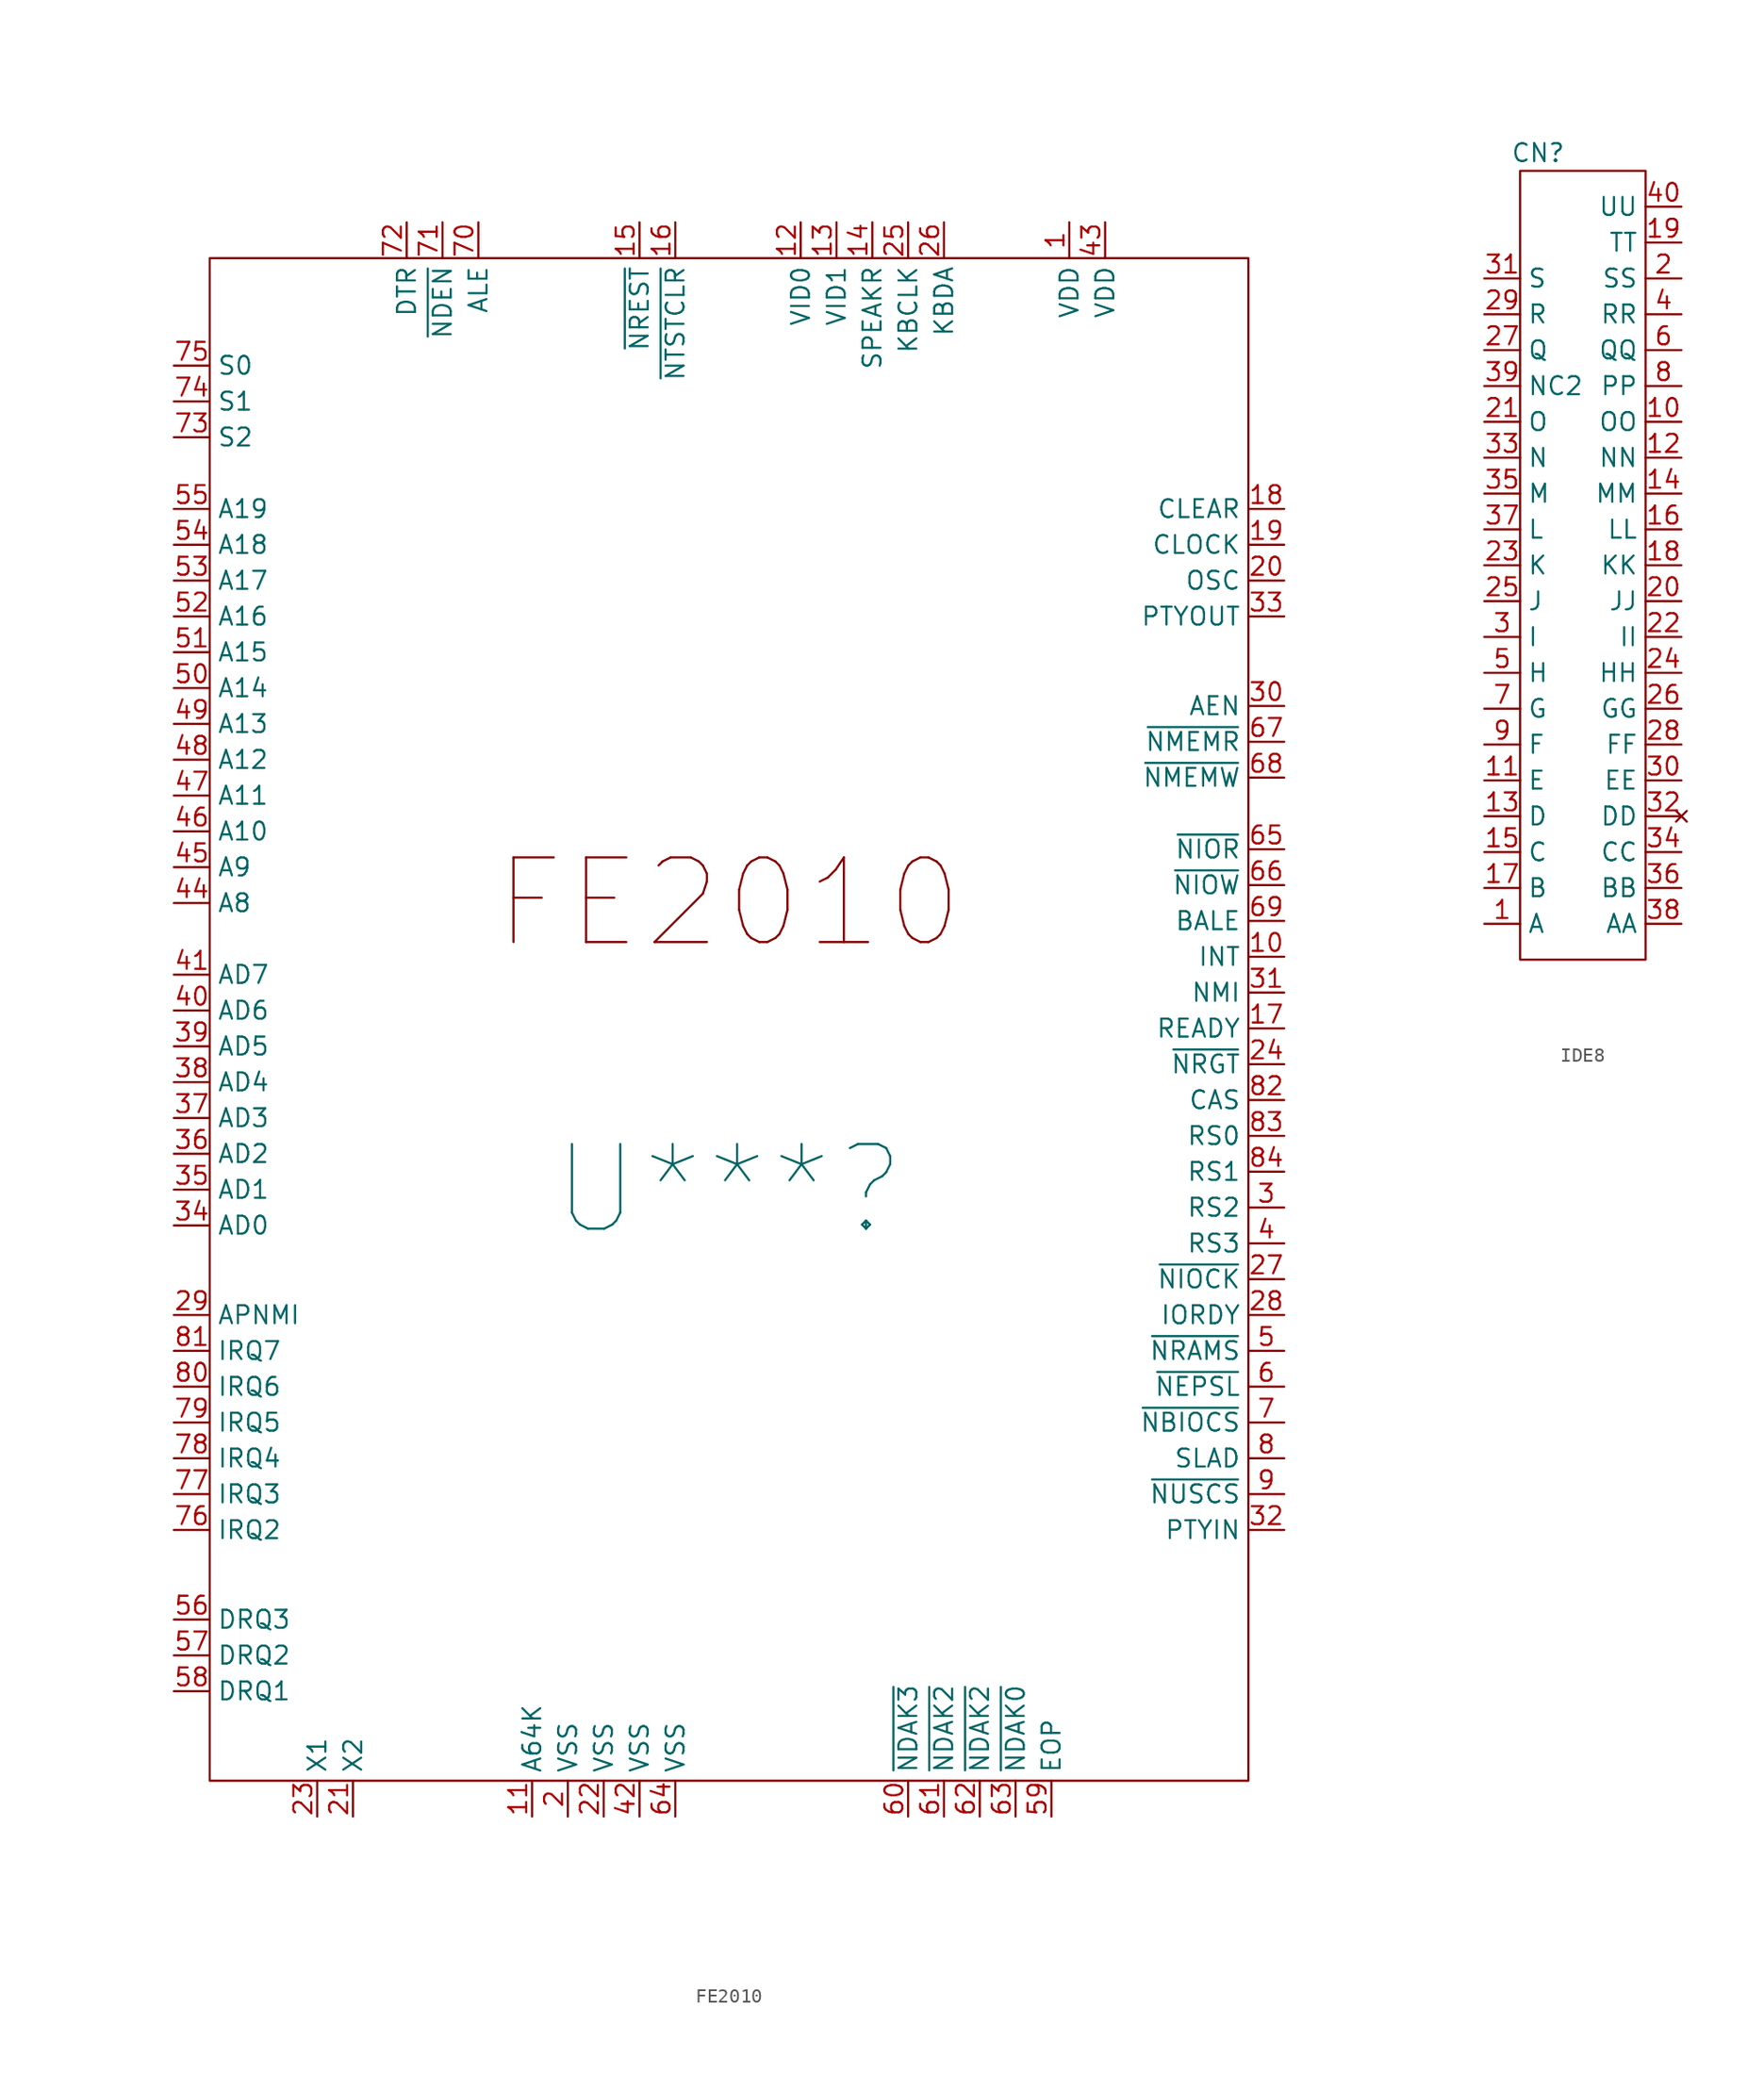
<source format=kicad_sym>
(kicad_symbol_lib
  (version 20220914)
  (generator kicad_symbol_editor)
  (symbol "FE2010"
    (property "Reference" "U***"
      (at 0 -12.7 0)
      (effects (font (size 6 6))))
    (property "Value" ""
      (at -5.08 55.88 90)
      (effects (font (size 1.27 1.27))))
    (symbol "FE2010_0_0"
      (pin power_in line (at 24.13 55.88 270) (length 2.54) (name "VDD" (effects (font (size 1.27 1.27)))) (number "1" (effects (font (size 1.27 1.27)))))
      (pin output line (at 39.37 3.81 180) (length 2.54) (name "INT" (effects (font (size 1.27 1.27)))) (number "10" (effects (font (size 1.27 1.27)))))
      (pin input line (at -13.97 -57.15 90) (length 2.54) (name "A64K" (effects (font (size 1.27 1.27)))) (number "11" (effects (font (size 1.27 1.27)))))
      (pin input line (at 5.08 55.88 270) (length 2.54) (name "VID0" (effects (font (size 1.27 1.27)))) (number "12" (effects (font (size 1.27 1.27)))))
      (pin input line (at 7.62 55.88 270) (length 2.54) (name "VID1" (effects (font (size 1.27 1.27)))) (number "13" (effects (font (size 1.27 1.27)))))
      (pin output line (at 10.16 55.88 270) (length 2.54) (name "SPEAKR" (effects (font (size 1.27 1.27)))) (number "14" (effects (font (size 1.27 1.27)))))
      (pin input line (at -6.35 55.88 270) (length 2.54) (name "~{NREST}" (effects (font (size 1.27 1.27)))) (number "15" (effects (font (size 1.27 1.27)))))
      (pin output line (at 39.37 -1.27 180) (length 2.54) (name "READY" (effects (font (size 1.27 1.27)))) (number "17" (effects (font (size 1.27 1.27)))))
      (pin output line (at 39.37 35.56 180) (length 2.54) (name "CLEAR" (effects (font (size 1.27 1.27)))) (number "18" (effects (font (size 1.27 1.27)))))
      (pin output line (at 39.37 33.02 180) (length 2.54) (name "CLOCK" (effects (font (size 1.27 1.27)))) (number "19" (effects (font (size 1.27 1.27)))))
      (pin power_in line (at -11.43 -57.15 90) (length 2.54) (name "VSS" (effects (font (size 1.27 1.27)))) (number "2" (effects (font (size 1.27 1.27)))))
      (pin output line (at 39.37 30.48 180) (length 2.54) (name "OSC" (effects (font (size 1.27 1.27)))) (number "20" (effects (font (size 1.27 1.27)))))
      (pin output line (at -26.67 -57.15 90) (length 2.54) (name "X2" (effects (font (size 1.27 1.27)))) (number "21" (effects (font (size 1.27 1.27)))))
      (pin power_in line (at -8.89 -57.15 90) (length 2.54) (name "VSS" (effects (font (size 1.27 1.27)))) (number "22" (effects (font (size 1.27 1.27)))))
      (pin input line (at -29.21 -57.15 90) (length 2.54) (name "X1" (effects (font (size 1.27 1.27)))) (number "23" (effects (font (size 1.27 1.27)))))
      (pin bidirectional line (at 39.37 -3.81 180) (length 2.54) (name "~{NRGT}" (effects (font (size 1.27 1.27)))) (number "24" (effects (font (size 1.27 1.27)))))
      (pin bidirectional line (at 12.7 55.88 270) (length 2.54) (name "KBCLK" (effects (font (size 1.27 1.27)))) (number "25" (effects (font (size 1.27 1.27)))))
      (pin bidirectional line (at 15.24 55.88 270) (length 2.54) (name "KBDA" (effects (font (size 1.27 1.27)))) (number "26" (effects (font (size 1.27 1.27)))))
      (pin input line (at 39.37 -19.05 180) (length 2.54) (name "~{NIOCK}" (effects (font (size 1.27 1.27)))) (number "27" (effects (font (size 1.27 1.27)))))
      (pin input line (at 39.37 -21.59 180) (length 2.54) (name "IORDY" (effects (font (size 1.27 1.27)))) (number "28" (effects (font (size 1.27 1.27)))))
      (pin input line (at -39.37 -21.59 0) (length 2.54) (name "APNMI" (effects (font (size 1.27 1.27)))) (number "29" (effects (font (size 1.27 1.27)))))
      (pin output line (at 39.37 -13.97 180) (length 2.54) (name "RS2" (effects (font (size 1.27 1.27)))) (number "3" (effects (font (size 1.27 1.27)))))
      (pin output line (at 39.37 21.59 180) (length 2.54) (name "AEN" (effects (font (size 1.27 1.27)))) (number "30" (effects (font (size 1.27 1.27)))))
      (pin output line (at 39.37 1.27 180) (length 2.54) (name "NMI" (effects (font (size 1.27 1.27)))) (number "31" (effects (font (size 1.27 1.27)))))
      (pin input line (at 39.37 -36.83 180) (length 2.54) (name "PTYIN" (effects (font (size 1.27 1.27)))) (number "32" (effects (font (size 1.27 1.27)))))
      (pin output line (at 39.37 27.94 180) (length 2.54) (name "PTYOUT" (effects (font (size 1.27 1.27)))) (number "33" (effects (font (size 1.27 1.27)))))
      (pin bidirectional line (at -39.37 -15.24 0) (length 2.54) (name "AD0" (effects (font (size 1.27 1.27)))) (number "34" (effects (font (size 1.27 1.27)))))
      (pin bidirectional line (at -39.37 -12.7 0) (length 2.54) (name "AD1" (effects (font (size 1.27 1.27)))) (number "35" (effects (font (size 1.27 1.27)))))
      (pin bidirectional line (at -39.37 -10.16 0) (length 2.54) (name "AD2" (effects (font (size 1.27 1.27)))) (number "36" (effects (font (size 1.27 1.27)))))
      (pin bidirectional line (at -39.37 -7.62 0) (length 2.54) (name "AD3" (effects (font (size 1.27 1.27)))) (number "37" (effects (font (size 1.27 1.27)))))
      (pin bidirectional line (at -39.37 -5.08 0) (length 2.54) (name "AD4" (effects (font (size 1.27 1.27)))) (number "38" (effects (font (size 1.27 1.27)))))
      (pin bidirectional line (at -39.37 -2.54 0) (length 2.54) (name "AD5" (effects (font (size 1.27 1.27)))) (number "39" (effects (font (size 1.27 1.27)))))
      (pin output line (at 39.37 -16.51 180) (length 2.54) (name "RS3" (effects (font (size 1.27 1.27)))) (number "4" (effects (font (size 1.27 1.27)))))
      (pin bidirectional line (at -39.37 0 0) (length 2.54) (name "AD6" (effects (font (size 1.27 1.27)))) (number "40" (effects (font (size 1.27 1.27)))))
      (pin bidirectional line (at -39.37 2.54 0) (length 2.54) (name "AD7" (effects (font (size 1.27 1.27)))) (number "41" (effects (font (size 1.27 1.27)))))
      (pin power_in line (at -6.35 -57.15 90) (length 2.54) (name "VSS" (effects (font (size 1.27 1.27)))) (number "42" (effects (font (size 1.27 1.27)))))
      (pin power_in line (at 26.67 55.88 270) (length 2.54) (name "VDD" (effects (font (size 1.27 1.27)))) (number "43" (effects (font (size 1.27 1.27)))))
      (pin bidirectional line (at -39.37 7.62 0) (length 2.54) (name "A8" (effects (font (size 1.27 1.27)))) (number "44" (effects (font (size 1.27 1.27)))))
      (pin bidirectional line (at -39.37 10.16 0) (length 2.54) (name "A9" (effects (font (size 1.27 1.27)))) (number "45" (effects (font (size 1.27 1.27)))))
      (pin input line (at -39.37 12.7 0) (length 2.54) (name "A10" (effects (font (size 1.27 1.27)))) (number "46" (effects (font (size 1.27 1.27)))))
      (pin input line (at -39.37 15.24 0) (length 2.54) (name "A11" (effects (font (size 1.27 1.27)))) (number "47" (effects (font (size 1.27 1.27)))))
      (pin input line (at -39.37 17.78 0) (length 2.54) (name "A12" (effects (font (size 1.27 1.27)))) (number "48" (effects (font (size 1.27 1.27)))))
      (pin bidirectional line (at -39.37 20.32 0) (length 2.54) (name "A13" (effects (font (size 1.27 1.27)))) (number "49" (effects (font (size 1.27 1.27)))))
      (pin output line (at 39.37 -24.13 180) (length 2.54) (name "~{NRAMS}" (effects (font (size 1.27 1.27)))) (number "5" (effects (font (size 1.27 1.27)))))
      (pin bidirectional line (at -39.37 22.86 0) (length 2.54) (name "A14" (effects (font (size 1.27 1.27)))) (number "50" (effects (font (size 1.27 1.27)))))
      (pin bidirectional line (at -39.37 25.4 0) (length 2.54) (name "A15" (effects (font (size 1.27 1.27)))) (number "51" (effects (font (size 1.27 1.27)))))
      (pin bidirectional line (at -39.37 27.94 0) (length 2.54) (name "A16" (effects (font (size 1.27 1.27)))) (number "52" (effects (font (size 1.27 1.27)))))
      (pin bidirectional line (at -39.37 30.48 0) (length 2.54) (name "A17" (effects (font (size 1.27 1.27)))) (number "53" (effects (font (size 1.27 1.27)))))
      (pin bidirectional line (at -39.37 33.02 0) (length 2.54) (name "A18" (effects (font (size 1.27 1.27)))) (number "54" (effects (font (size 1.27 1.27)))))
      (pin bidirectional line (at -39.37 35.56 0) (length 2.54) (name "A19" (effects (font (size 1.27 1.27)))) (number "55" (effects (font (size 1.27 1.27)))))
      (pin input line (at -39.37 -43.18 0) (length 2.54) (name "DRQ3" (effects (font (size 1.27 1.27)))) (number "56" (effects (font (size 1.27 1.27)))))
      (pin input line (at -39.37 -45.72 0) (length 2.54) (name "DRQ2" (effects (font (size 1.27 1.27)))) (number "57" (effects (font (size 1.27 1.27)))))
      (pin input line (at -39.37 -48.26 0) (length 2.54) (name "DRQ1" (effects (font (size 1.27 1.27)))) (number "58" (effects (font (size 1.27 1.27)))))
      (pin output line (at 22.86 -57.15 90) (length 2.54) (name "EOP" (effects (font (size 1.27 1.27)))) (number "59" (effects (font (size 1.27 1.27)))))
      (pin output line (at 39.37 -26.67 180) (length 2.54) (name "~{NEPSL}" (effects (font (size 1.27 1.27)))) (number "6" (effects (font (size 1.27 1.27)))))
      (pin output line (at 12.7 -57.15 90) (length 2.54) (name "~{NDAK3}" (effects (font (size 1.27 1.27)))) (number "60" (effects (font (size 1.27 1.27)))))
      (pin output line (at 15.24 -57.15 90) (length 2.54) (name "~{NDAK2}" (effects (font (size 1.27 1.27)))) (number "61" (effects (font (size 1.27 1.27)))))
      (pin output line (at 17.78 -57.15 90) (length 2.54) (name "~{NDAK2}" (effects (font (size 1.27 1.27)))) (number "62" (effects (font (size 1.27 1.27)))))
      (pin output line (at 20.32 -57.15 90) (length 2.54) (name "~{NDAK0}" (effects (font (size 1.27 1.27)))) (number "63" (effects (font (size 1.27 1.27)))))
      (pin power_in line (at -3.81 -57.15 90) (length 2.54) (name "VSS" (effects (font (size 1.27 1.27)))) (number "64" (effects (font (size 1.27 1.27)))))
      (pin output line (at 39.37 11.43 180) (length 2.54) (name "~{NIOR}" (effects (font (size 1.27 1.27)))) (number "65" (effects (font (size 1.27 1.27)))))
      (pin output line (at 39.37 8.89 180) (length 2.54) (name "~{NIOW}" (effects (font (size 1.27 1.27)))) (number "66" (effects (font (size 1.27 1.27)))))
      (pin output line (at 39.37 19.05 180) (length 2.54) (name "~{NMEMR}" (effects (font (size 1.27 1.27)))) (number "67" (effects (font (size 1.27 1.27)))))
      (pin output line (at 39.37 16.51 180) (length 2.54) (name "~{NMEMW}" (effects (font (size 1.27 1.27)))) (number "68" (effects (font (size 1.27 1.27)))))
      (pin output line (at 39.37 6.35 180) (length 2.54) (name "BALE" (effects (font (size 1.27 1.27)))) (number "69" (effects (font (size 1.27 1.27)))))
      (pin output line (at 39.37 -29.21 180) (length 2.54) (name "~{NBIOCS}" (effects (font (size 1.27 1.27)))) (number "7" (effects (font (size 1.27 1.27)))))
      (pin output line (at -17.78 55.88 270) (length 2.54) (name "ALE" (effects (font (size 1.27 1.27)))) (number "70" (effects (font (size 1.27 1.27)))))
      (pin output line (at -20.32 55.88 270) (length 2.54) (name "~{NDEN}" (effects (font (size 1.27 1.27)))) (number "71" (effects (font (size 1.27 1.27)))))
      (pin output line (at -22.86 55.88 270) (length 2.54) (name "DTR" (effects (font (size 1.27 1.27)))) (number "72" (effects (font (size 1.27 1.27)))))
      (pin input line (at -39.37 40.64 0) (length 2.54) (name "S2" (effects (font (size 1.27 1.27)))) (number "73" (effects (font (size 1.27 1.27)))))
      (pin input line (at -39.37 43.18 0) (length 2.54) (name "S1" (effects (font (size 1.27 1.27)))) (number "74" (effects (font (size 1.27 1.27)))))
      (pin input line (at -39.37 45.72 0) (length 2.54) (name "S0" (effects (font (size 1.27 1.27)))) (number "75" (effects (font (size 1.27 1.27)))))
      (pin input line (at -39.37 -36.83 0) (length 2.54) (name "IRQ2" (effects (font (size 1.27 1.27)))) (number "76" (effects (font (size 1.27 1.27)))))
      (pin input line (at -39.37 -34.29 0) (length 2.54) (name "IRQ3" (effects (font (size 1.27 1.27)))) (number "77" (effects (font (size 1.27 1.27)))))
      (pin input line (at -39.37 -31.75 0) (length 2.54) (name "IRQ4" (effects (font (size 1.27 1.27)))) (number "78" (effects (font (size 1.27 1.27)))))
      (pin input line (at -39.37 -29.21 0) (length 2.54) (name "IRQ5" (effects (font (size 1.27 1.27)))) (number "79" (effects (font (size 1.27 1.27)))))
      (pin output line (at 39.37 -31.75 180) (length 2.54) (name "SLAD" (effects (font (size 1.27 1.27)))) (number "8" (effects (font (size 1.27 1.27)))))
      (pin input line (at -39.37 -26.67 0) (length 2.54) (name "IRQ6" (effects (font (size 1.27 1.27)))) (number "80" (effects (font (size 1.27 1.27)))))
      (pin input line (at -39.37 -24.13 0) (length 2.54) (name "IRQ7" (effects (font (size 1.27 1.27)))) (number "81" (effects (font (size 1.27 1.27)))))
      (pin output line (at 39.37 -6.35 180) (length 2.54) (name "CAS" (effects (font (size 1.27 1.27)))) (number "82" (effects (font (size 1.27 1.27)))))
      (pin output line (at 39.37 -8.89 180) (length 2.54) (name "RS0" (effects (font (size 1.27 1.27)))) (number "83" (effects (font (size 1.27 1.27)))))
      (pin output line (at 39.37 -11.43 180) (length 2.54) (name "RS1" (effects (font (size 1.27 1.27)))) (number "84" (effects (font (size 1.27 1.27)))))
      (pin output line (at 39.37 -34.29 180) (length 2.54) (name "~{NUSCS}" (effects (font (size 1.27 1.27)))) (number "9" (effects (font (size 1.27 1.27))))))
    (symbol "FE2010_0_1"
      (rectangle (start -36.83 53.34) (end 36.83 -54.61) (stroke (width 0) (type default)) (fill (type none))))
    (symbol "FE2010_1_0"
      (pin input line (at -3.81 55.88 270) (length 2.54) (name "~{NTSTCLR}" (effects (font (size 1.27 1.27)))) (number "16" (effects (font (size 1.27 1.27))))))
    (symbol "FE2010_1_1"
      (text "FE2010" (at 0 7.62 0) (effects (font (size 6 6))))))
  (symbol "IDE8"
    (property "Reference" "CN"
      (at -2.54 29.21 0)
      (effects (font (size 1.27 1.27))))
    (property "Value" ""
      (at 7.62 25.4 0)
      (effects (font (size 1.27 1.27))))
    (symbol "IDE8_0_0"
      (pin passive line (at -6.35 -25.4 0) (length 2.54) (name "A" (effects (font (size 1.27 1.27)))) (number "1" (effects (font (size 1.27 1.27)))))
      (pin power_in line (at 7.62 10.16 180) (length 2.54) (name "OO" (effects (font (size 1.27 1.27)))) (number "10" (effects (font (size 1.27 1.27)))))
      (pin bidirectional line (at -6.35 -15.24 0) (length 2.54) (name "E" (effects (font (size 1.27 1.27)))) (number "11" (effects (font (size 1.27 1.27)))))
      (pin power_in line (at 7.62 7.62 180) (length 2.54) (name "NN" (effects (font (size 1.27 1.27)))) (number "12" (effects (font (size 1.27 1.27)))))
      (pin bidirectional line (at -6.35 -17.78 0) (length 2.54) (name "D" (effects (font (size 1.27 1.27)))) (number "13" (effects (font (size 1.27 1.27)))))
      (pin power_in line (at 7.62 5.08 180) (length 2.54) (name "MM" (effects (font (size 1.27 1.27)))) (number "14" (effects (font (size 1.27 1.27)))))
      (pin bidirectional line (at -6.35 -22.86 0) (length 2.54) (name "B" (effects (font (size 1.27 1.27)))) (number "17" (effects (font (size 1.27 1.27)))))
      (pin power_in line (at 7.62 0 180) (length 2.54) (name "KK" (effects (font (size 1.27 1.27)))) (number "18" (effects (font (size 1.27 1.27)))))
      (pin power_in line (at 7.62 22.86 180) (length 2.54) (name "TT" (effects (font (size 1.27 1.27)))) (number "19" (effects (font (size 1.27 1.27)))))
      (pin power_in line (at 7.62 20.32 180) (length 2.54) (name "SS" (effects (font (size 1.27 1.27)))) (number "2" (effects (font (size 1.27 1.27)))))
      (pin power_in line (at 7.62 -2.54 180) (length 2.54) (name "JJ" (effects (font (size 1.27 1.27)))) (number "20" (effects (font (size 1.27 1.27)))))
      (pin power_in line (at 7.62 -5.08 180) (length 2.54) (name "II" (effects (font (size 1.27 1.27)))) (number "22" (effects (font (size 1.27 1.27)))))
      (pin passive line (at -6.35 0 0) (length 2.54) (name "K" (effects (font (size 1.27 1.27)))) (number "23" (effects (font (size 1.27 1.27)))))
      (pin power_in line (at 7.62 -7.62 180) (length 2.54) (name "HH" (effects (font (size 1.27 1.27)))) (number "24" (effects (font (size 1.27 1.27)))))
      (pin passive line (at -6.35 -2.54 0) (length 2.54) (name "J" (effects (font (size 1.27 1.27)))) (number "25" (effects (font (size 1.27 1.27)))))
      (pin power_in line (at 7.62 -10.16 180) (length 2.54) (name "GG" (effects (font (size 1.27 1.27)))) (number "26" (effects (font (size 1.27 1.27)))))
      (pin passive line (at -6.35 15.24 0) (length 2.54) (name "Q" (effects (font (size 1.27 1.27)))) (number "27" (effects (font (size 1.27 1.27)))))
      (pin power_in line (at 7.62 -12.7 180) (length 2.54) (name "FF" (effects (font (size 1.27 1.27)))) (number "28" (effects (font (size 1.27 1.27)))))
      (pin passive line (at -6.35 17.78 0) (length 2.54) (name "R" (effects (font (size 1.27 1.27)))) (number "29" (effects (font (size 1.27 1.27)))))
      (pin bidirectional line (at -6.35 -5.08 0) (length 2.54) (name "I" (effects (font (size 1.27 1.27)))) (number "3" (effects (font (size 1.27 1.27)))))
      (pin power_in line (at 7.62 -15.24 180) (length 2.54) (name "EE" (effects (font (size 1.27 1.27)))) (number "30" (effects (font (size 1.27 1.27)))))
      (pin passive line (at -6.35 20.32 0) (length 2.54) (name "S" (effects (font (size 1.27 1.27)))) (number "31" (effects (font (size 1.27 1.27)))))
      (pin no_connect line (at 7.62 -17.78 180) (length 2.54) (name "DD" (effects (font (size 1.27 1.27)))) (number "32" (effects (font (size 1.27 1.27)))))
      (pin passive line (at -6.35 7.62 0) (length 2.54) (name "N" (effects (font (size 1.27 1.27)))) (number "33" (effects (font (size 1.27 1.27)))))
      (pin power_in line (at 7.62 -20.32 180) (length 2.54) (name "CC" (effects (font (size 1.27 1.27)))) (number "34" (effects (font (size 1.27 1.27)))))
      (pin passive line (at -6.35 5.08 0) (length 2.54) (name "M" (effects (font (size 1.27 1.27)))) (number "35" (effects (font (size 1.27 1.27)))))
      (pin power_in line (at 7.62 -22.86 180) (length 2.54) (name "BB" (effects (font (size 1.27 1.27)))) (number "36" (effects (font (size 1.27 1.27)))))
      (pin passive line (at -6.35 2.54 0) (length 2.54) (name "L" (effects (font (size 1.27 1.27)))) (number "37" (effects (font (size 1.27 1.27)))))
      (pin power_in line (at 7.62 -25.4 180) (length 2.54) (name "AA" (effects (font (size 1.27 1.27)))) (number "38" (effects (font (size 1.27 1.27)))))
      (pin passive line (at -6.35 12.7 0) (length 2.54) (name "NC2" (effects (font (size 1.27 1.27)))) (number "39" (effects (font (size 1.27 1.27)))))
      (pin power_in line (at 7.62 17.78 180) (length 2.54) (name "RR" (effects (font (size 1.27 1.27)))) (number "4" (effects (font (size 1.27 1.27)))))
      (pin bidirectional line (at -6.35 -7.62 0) (length 2.54) (name "H" (effects (font (size 1.27 1.27)))) (number "5" (effects (font (size 1.27 1.27)))))
      (pin power_in line (at 7.62 15.24 180) (length 2.54) (name "QQ" (effects (font (size 1.27 1.27)))) (number "6" (effects (font (size 1.27 1.27)))))
      (pin bidirectional line (at -6.35 -10.16 0) (length 2.54) (name "G" (effects (font (size 1.27 1.27)))) (number "7" (effects (font (size 1.27 1.27)))))
      (pin power_in line (at 7.62 12.7 180) (length 2.54) (name "PP" (effects (font (size 1.27 1.27)))) (number "8" (effects (font (size 1.27 1.27)))))
      (pin bidirectional line (at -6.35 -12.7 0) (length 2.54) (name "F" (effects (font (size 1.27 1.27)))) (number "9" (effects (font (size 1.27 1.27))))))
    (symbol "IDE8_0_1"
      (rectangle (start -3.81 27.94) (end 5.08 -27.94) (stroke (width 0) (type default)) (fill (type none))))
    (symbol "IDE8_1_0"
      (pin passive line (at -6.35 -20.32 0) (length 2.54) (name "C" (effects (font (size 1.27 1.27)))) (number "15" (effects (font (size 1.27 1.27)))))
      (pin passive line (at 7.62 2.54 180) (length 2.54) (name "LL" (effects (font (size 1.27 1.27)))) (number "16" (effects (font (size 1.27 1.27)))))
      (pin passive line (at -6.35 10.16 0) (length 2.54) (name "O" (effects (font (size 1.27 1.27)))) (number "21" (effects (font (size 1.27 1.27)))))
      (pin passive line (at 7.62 25.4 180) (length 2.54) (name "UU" (effects (font (size 1.27 1.27)))) (number "40" (effects (font (size 1.27 1.27))))))))
</source>
